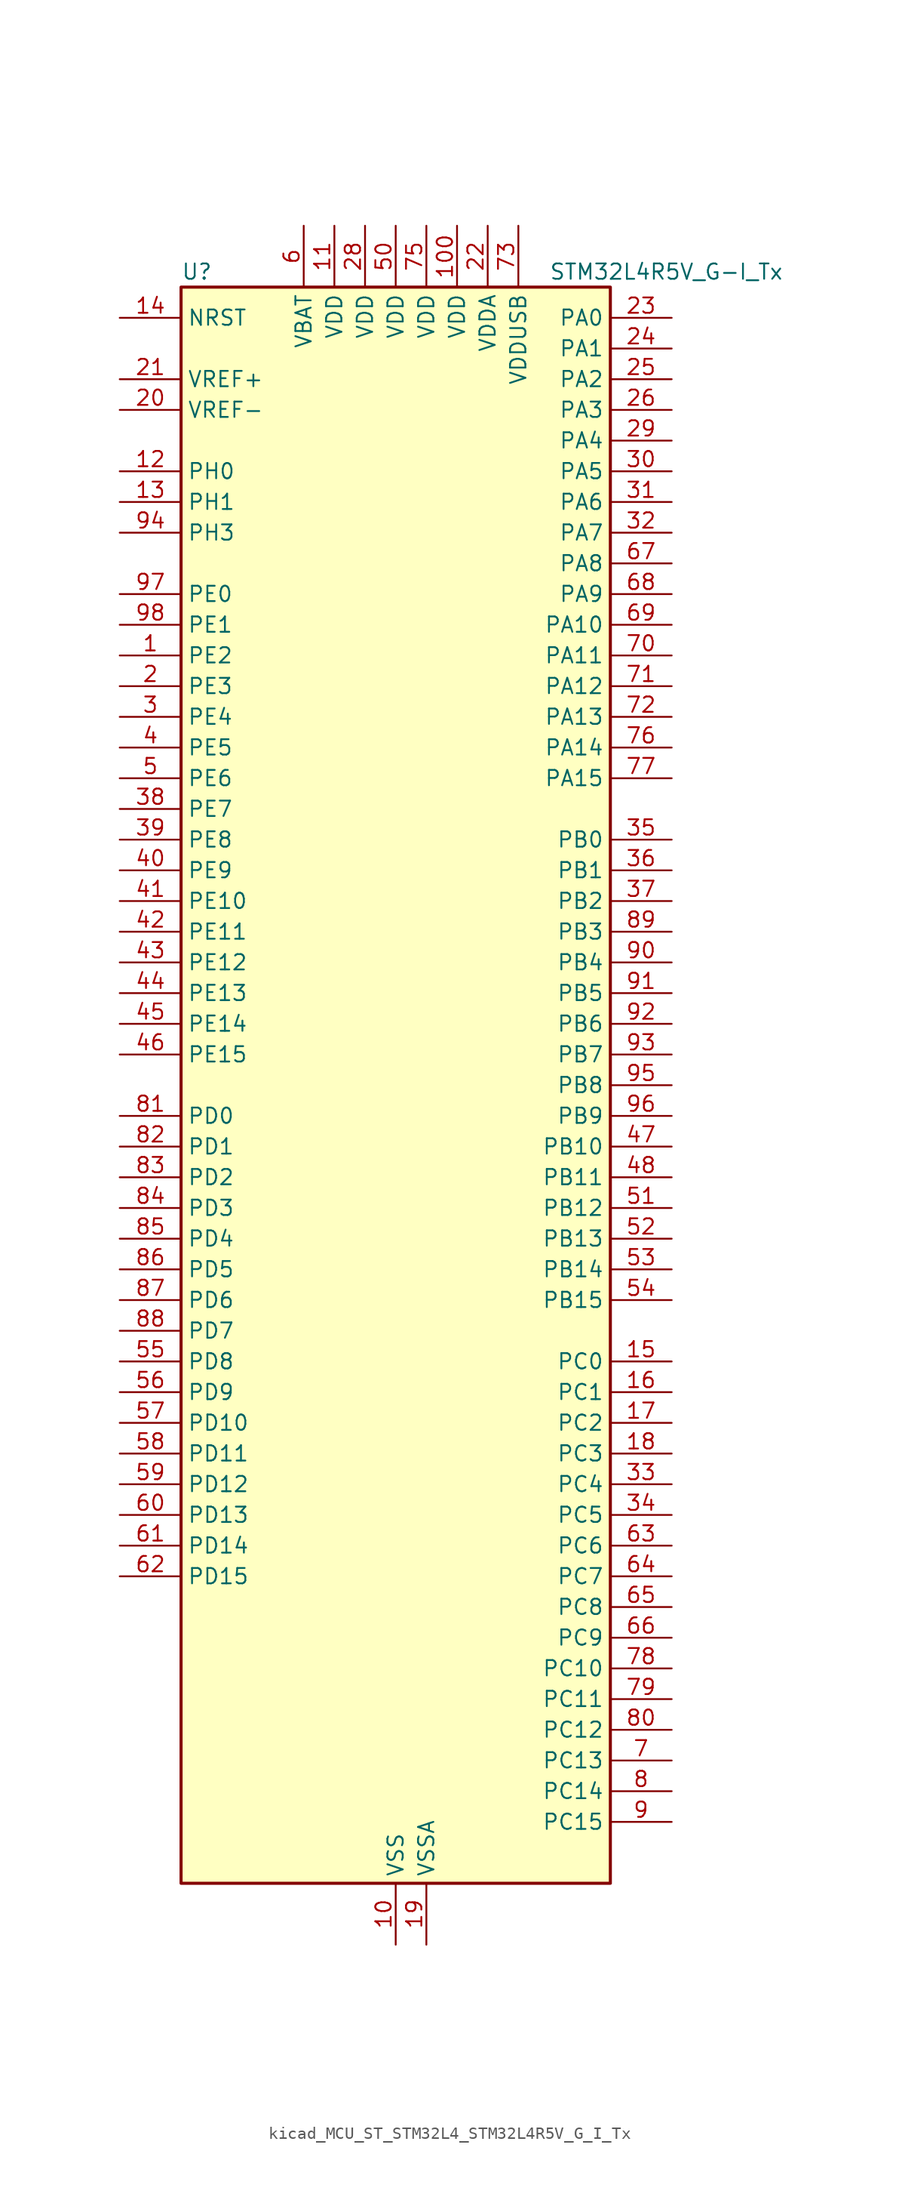
<source format=kicad_sym>
(kicad_symbol_lib
  (version 20220914)
  (generator kicad_symbol_editor)
  (symbol "kicad_MCU_ST_STM32L4_STM32L4R5V_G_I_Tx"
    (property "Reference" "U"
      (at -17.78 67.31 0)
      (effects (font (size 1.27 1.27)) (justify left)))
    (property "Value" "STM32L4R5V_G-I_Tx"
      (at 12.7 67.31 0)
      (effects (font (size 1.27 1.27)) (justify left)))
    (property "ki_locked" ""
      (at 0 0 0)
      (effects (font (size 1.27 1.27))))
    (symbol "kicad_MCU_ST_STM32L4_STM32L4R5V_G_I_Tx_0_1"
      (rectangle (start -17.78 -66.04) (end 17.78 66.04) (stroke (width 0.254) (type default)) (fill (type background))))
    (symbol "kicad_MCU_ST_STM32L4_STM32L4R5V_G_I_Tx_1_1"
      (pin bidirectional line (at -22.86 35.56 0) (length 5.08) (name "PE2" (effects (font (size 1.27 1.27)))) (number "1" (effects (font (size 1.27 1.27)))) (alternate "FMC_A23" bidirectional line) (alternate "SAI1_CK1" bidirectional line) (alternate "SAI1_MCLK_A" bidirectional line) (alternate "SYS_TRACECLK" bidirectional line) (alternate "TIM3_ETR" bidirectional line) (alternate "TSC_G7_IO1" bidirectional line))
      (pin power_in line (at 0 -71.12 90) (length 5.08) (name "VSS" (effects (font (size 1.27 1.27)))) (number "10" (effects (font (size 1.27 1.27)))))
      (pin power_in line (at 5.08 71.12 270) (length 5.08) (name "VDD" (effects (font (size 1.27 1.27)))) (number "100" (effects (font (size 1.27 1.27)))))
      (pin power_in line (at -5.08 71.12 270) (length 5.08) (name "VDD" (effects (font (size 1.27 1.27)))) (number "11" (effects (font (size 1.27 1.27)))))
      (pin bidirectional line (at -22.86 50.8 0) (length 5.08) (name "PH0" (effects (font (size 1.27 1.27)))) (number "12" (effects (font (size 1.27 1.27)))) (alternate "RCC_OSC_IN" bidirectional line))
      (pin bidirectional line (at -22.86 48.26 0) (length 5.08) (name "PH1" (effects (font (size 1.27 1.27)))) (number "13" (effects (font (size 1.27 1.27)))) (alternate "RCC_OSC_OUT" bidirectional line))
      (pin input line (at -22.86 63.5 0) (length 5.08) (name "NRST" (effects (font (size 1.27 1.27)))) (number "14" (effects (font (size 1.27 1.27)))))
      (pin bidirectional line (at 22.86 -22.86 180) (length 5.08) (name "PC0" (effects (font (size 1.27 1.27)))) (number "15" (effects (font (size 1.27 1.27)))) (alternate "ADC1_IN1" bidirectional line) (alternate "DFSDM1_DATIN4" bidirectional line) (alternate "I2C3_SCL" bidirectional line) (alternate "LPTIM1_IN1" bidirectional line) (alternate "LPTIM2_IN1" bidirectional line) (alternate "LPUART1_RX" bidirectional line) (alternate "SAI2_FS_A" bidirectional line))
      (pin bidirectional line (at 22.86 -25.4 180) (length 5.08) (name "PC1" (effects (font (size 1.27 1.27)))) (number "16" (effects (font (size 1.27 1.27)))) (alternate "ADC1_IN2" bidirectional line) (alternate "DFSDM1_CKIN4" bidirectional line) (alternate "I2C3_SDA" bidirectional line) (alternate "LPTIM1_OUT" bidirectional line) (alternate "LPUART1_TX" bidirectional line) (alternate "OCTOSPIM_P1_IO4" bidirectional line) (alternate "SAI1_SD_A" bidirectional line) (alternate "SPI2_MOSI" bidirectional line) (alternate "SYS_TRACED0" bidirectional line))
      (pin bidirectional line (at 22.86 -27.94 180) (length 5.08) (name "PC2" (effects (font (size 1.27 1.27)))) (number "17" (effects (font (size 1.27 1.27)))) (alternate "ADC1_IN3" bidirectional line) (alternate "DFSDM1_CKOUT" bidirectional line) (alternate "LPTIM1_IN2" bidirectional line) (alternate "OCTOSPIM_P1_IO5" bidirectional line) (alternate "SPI2_MISO" bidirectional line))
      (pin bidirectional line (at 22.86 -30.48 180) (length 5.08) (name "PC3" (effects (font (size 1.27 1.27)))) (number "18" (effects (font (size 1.27 1.27)))) (alternate "ADC1_IN4" bidirectional line) (alternate "LPTIM1_ETR" bidirectional line) (alternate "LPTIM2_ETR" bidirectional line) (alternate "OCTOSPIM_P1_IO6" bidirectional line) (alternate "SAI1_D1" bidirectional line) (alternate "SAI1_SD_A" bidirectional line) (alternate "SPI2_MOSI" bidirectional line))
      (pin power_in line (at 2.54 -71.12 90) (length 5.08) (name "VSSA" (effects (font (size 1.27 1.27)))) (number "19" (effects (font (size 1.27 1.27)))))
      (pin bidirectional line (at -22.86 33.02 0) (length 5.08) (name "PE3" (effects (font (size 1.27 1.27)))) (number "2" (effects (font (size 1.27 1.27)))) (alternate "FMC_A19" bidirectional line) (alternate "OCTOSPIM_P1_DQS" bidirectional line) (alternate "SAI1_SD_B" bidirectional line) (alternate "SYS_TRACED0" bidirectional line) (alternate "TIM3_CH1" bidirectional line) (alternate "TSC_G7_IO2" bidirectional line))
      (pin input line (at -22.86 55.88 0) (length 5.08) (name "VREF-" (effects (font (size 1.27 1.27)))) (number "20" (effects (font (size 1.27 1.27)))))
      (pin input line (at -22.86 58.42 0) (length 5.08) (name "VREF+" (effects (font (size 1.27 1.27)))) (number "21" (effects (font (size 1.27 1.27)))) (alternate "VREFBUF_OUT" bidirectional line))
      (pin power_in line (at 7.62 71.12 270) (length 5.08) (name "VDDA" (effects (font (size 1.27 1.27)))) (number "22" (effects (font (size 1.27 1.27)))))
      (pin bidirectional line (at 22.86 63.5 180) (length 5.08) (name "PA0" (effects (font (size 1.27 1.27)))) (number "23" (effects (font (size 1.27 1.27)))) (alternate "ADC1_IN5" bidirectional line) (alternate "OPAMP1_VINP" bidirectional line) (alternate "RTC_TAMP2" bidirectional line) (alternate "SAI1_EXTCLK" bidirectional line) (alternate "SYS_WKUP1" bidirectional line) (alternate "TIM2_CH1" bidirectional line) (alternate "TIM2_ETR" bidirectional line) (alternate "TIM5_CH1" bidirectional line) (alternate "TIM8_ETR" bidirectional line) (alternate "UART4_TX" bidirectional line) (alternate "USART2_CTS" bidirectional line) (alternate "USART2_NSS" bidirectional line))
      (pin bidirectional line (at 22.86 60.96 180) (length 5.08) (name "PA1" (effects (font (size 1.27 1.27)))) (number "24" (effects (font (size 1.27 1.27)))) (alternate "ADC1_IN6" bidirectional line) (alternate "I2C1_SMBA" bidirectional line) (alternate "OCTOSPIM_P1_DQS" bidirectional line) (alternate "OPAMP1_VINM" bidirectional line) (alternate "SPI1_SCK" bidirectional line) (alternate "TIM15_CH1N" bidirectional line) (alternate "TIM2_CH2" bidirectional line) (alternate "TIM5_CH2" bidirectional line) (alternate "UART4_RX" bidirectional line) (alternate "USART2_DE" bidirectional line) (alternate "USART2_RTS" bidirectional line))
      (pin bidirectional line (at 22.86 58.42 180) (length 5.08) (name "PA2" (effects (font (size 1.27 1.27)))) (number "25" (effects (font (size 1.27 1.27)))) (alternate "ADC1_IN7" bidirectional line) (alternate "LPUART1_TX" bidirectional line) (alternate "OCTOSPIM_P1_NCS" bidirectional line) (alternate "RCC_LSCO" bidirectional line) (alternate "SAI2_EXTCLK" bidirectional line) (alternate "SYS_WKUP4" bidirectional line) (alternate "TIM15_CH1" bidirectional line) (alternate "TIM2_CH3" bidirectional line) (alternate "TIM5_CH3" bidirectional line) (alternate "USART2_TX" bidirectional line))
      (pin bidirectional line (at 22.86 55.88 180) (length 5.08) (name "PA3" (effects (font (size 1.27 1.27)))) (number "26" (effects (font (size 1.27 1.27)))) (alternate "ADC1_IN8" bidirectional line) (alternate "LPUART1_RX" bidirectional line) (alternate "OCTOSPIM_P1_CLK" bidirectional line) (alternate "OPAMP1_VOUT" bidirectional line) (alternate "SAI1_CK1" bidirectional line) (alternate "SAI1_MCLK_A" bidirectional line) (alternate "TIM15_CH2" bidirectional line) (alternate "TIM2_CH4" bidirectional line) (alternate "TIM5_CH4" bidirectional line) (alternate "USART2_RX" bidirectional line))
      (pin passive line (at 0 -71.12 90) (length 5.08) hide (name "VSS" (effects (font (size 1.27 1.27)))) (number "27" (effects (font (size 1.27 1.27)))))
      (pin power_in line (at -2.54 71.12 270) (length 5.08) (name "VDD" (effects (font (size 1.27 1.27)))) (number "28" (effects (font (size 1.27 1.27)))))
      (pin bidirectional line (at 22.86 53.34 180) (length 5.08) (name "PA4" (effects (font (size 1.27 1.27)))) (number "29" (effects (font (size 1.27 1.27)))) (alternate "ADC1_IN9" bidirectional line) (alternate "DAC1_OUT1" bidirectional line) (alternate "DCMI_HSYNC" bidirectional line) (alternate "LPTIM2_OUT" bidirectional line) (alternate "OCTOSPIM_P1_NCS" bidirectional line) (alternate "SAI1_FS_B" bidirectional line) (alternate "SPI1_NSS" bidirectional line) (alternate "SPI3_NSS" bidirectional line) (alternate "USART2_CK" bidirectional line))
      (pin bidirectional line (at -22.86 30.48 0) (length 5.08) (name "PE4" (effects (font (size 1.27 1.27)))) (number "3" (effects (font (size 1.27 1.27)))) (alternate "DCMI_D4" bidirectional line) (alternate "DFSDM1_DATIN3" bidirectional line) (alternate "FMC_A20" bidirectional line) (alternate "SAI1_D2" bidirectional line) (alternate "SAI1_FS_A" bidirectional line) (alternate "SYS_TRACED1" bidirectional line) (alternate "TIM3_CH2" bidirectional line) (alternate "TSC_G7_IO3" bidirectional line))
      (pin bidirectional line (at 22.86 50.8 180) (length 5.08) (name "PA5" (effects (font (size 1.27 1.27)))) (number "30" (effects (font (size 1.27 1.27)))) (alternate "ADC1_IN10" bidirectional line) (alternate "DAC1_OUT2" bidirectional line) (alternate "LPTIM2_ETR" bidirectional line) (alternate "SPI1_SCK" bidirectional line) (alternate "TIM2_CH1" bidirectional line) (alternate "TIM2_ETR" bidirectional line) (alternate "TIM8_CH1N" bidirectional line))
      (pin bidirectional line (at 22.86 48.26 180) (length 5.08) (name "PA6" (effects (font (size 1.27 1.27)))) (number "31" (effects (font (size 1.27 1.27)))) (alternate "ADC1_IN11" bidirectional line) (alternate "DCMI_PIXCLK" bidirectional line) (alternate "LPUART1_CTS" bidirectional line) (alternate "OCTOSPIM_P1_IO3" bidirectional line) (alternate "OPAMP2_VINP" bidirectional line) (alternate "SPI1_MISO" bidirectional line) (alternate "TIM16_CH1" bidirectional line) (alternate "TIM1_BKIN" bidirectional line) (alternate "TIM3_CH1" bidirectional line) (alternate "TIM8_BKIN" bidirectional line) (alternate "USART3_CTS" bidirectional line) (alternate "USART3_NSS" bidirectional line))
      (pin bidirectional line (at 22.86 45.72 180) (length 5.08) (name "PA7" (effects (font (size 1.27 1.27)))) (number "32" (effects (font (size 1.27 1.27)))) (alternate "ADC1_IN12" bidirectional line) (alternate "I2C3_SCL" bidirectional line) (alternate "OCTOSPIM_P1_IO2" bidirectional line) (alternate "OPAMP2_VINM" bidirectional line) (alternate "SPI1_MOSI" bidirectional line) (alternate "TIM17_CH1" bidirectional line) (alternate "TIM1_CH1N" bidirectional line) (alternate "TIM3_CH2" bidirectional line) (alternate "TIM8_CH1N" bidirectional line))
      (pin bidirectional line (at 22.86 -33.02 180) (length 5.08) (name "PC4" (effects (font (size 1.27 1.27)))) (number "33" (effects (font (size 1.27 1.27)))) (alternate "ADC1_IN13" bidirectional line) (alternate "COMP1_INM" bidirectional line) (alternate "OCTOSPIM_P1_IO7" bidirectional line) (alternate "USART3_TX" bidirectional line))
      (pin bidirectional line (at 22.86 -35.56 180) (length 5.08) (name "PC5" (effects (font (size 1.27 1.27)))) (number "34" (effects (font (size 1.27 1.27)))) (alternate "ADC1_IN14" bidirectional line) (alternate "COMP1_INP" bidirectional line) (alternate "SAI1_D3" bidirectional line) (alternate "SYS_WKUP5" bidirectional line) (alternate "USART3_RX" bidirectional line))
      (pin bidirectional line (at 22.86 20.32 180) (length 5.08) (name "PB0" (effects (font (size 1.27 1.27)))) (number "35" (effects (font (size 1.27 1.27)))) (alternate "ADC1_IN15" bidirectional line) (alternate "COMP1_OUT" bidirectional line) (alternate "OCTOSPIM_P1_IO1" bidirectional line) (alternate "OPAMP2_VOUT" bidirectional line) (alternate "SAI1_EXTCLK" bidirectional line) (alternate "SPI1_NSS" bidirectional line) (alternate "TIM1_CH2N" bidirectional line) (alternate "TIM3_CH3" bidirectional line) (alternate "TIM8_CH2N" bidirectional line) (alternate "USART3_CK" bidirectional line))
      (pin bidirectional line (at 22.86 17.78 180) (length 5.08) (name "PB1" (effects (font (size 1.27 1.27)))) (number "36" (effects (font (size 1.27 1.27)))) (alternate "ADC1_IN16" bidirectional line) (alternate "COMP1_INM" bidirectional line) (alternate "DFSDM1_DATIN0" bidirectional line) (alternate "LPTIM2_IN1" bidirectional line) (alternate "LPUART1_DE" bidirectional line) (alternate "LPUART1_RTS" bidirectional line) (alternate "OCTOSPIM_P1_IO0" bidirectional line) (alternate "TIM1_CH3N" bidirectional line) (alternate "TIM3_CH4" bidirectional line) (alternate "TIM8_CH3N" bidirectional line) (alternate "USART3_DE" bidirectional line) (alternate "USART3_RTS" bidirectional line))
      (pin bidirectional line (at 22.86 15.24 180) (length 5.08) (name "PB2" (effects (font (size 1.27 1.27)))) (number "37" (effects (font (size 1.27 1.27)))) (alternate "COMP1_INP" bidirectional line) (alternate "DFSDM1_CKIN0" bidirectional line) (alternate "I2C3_SMBA" bidirectional line) (alternate "LPTIM1_OUT" bidirectional line) (alternate "OCTOSPIM_P1_DQS" bidirectional line) (alternate "RTC_OUT_ALARM" bidirectional line) (alternate "RTC_OUT_CALIB" bidirectional line))
      (pin bidirectional line (at -22.86 22.86 0) (length 5.08) (name "PE7" (effects (font (size 1.27 1.27)))) (number "38" (effects (font (size 1.27 1.27)))) (alternate "DFSDM1_DATIN2" bidirectional line) (alternate "FMC_D4" bidirectional line) (alternate "FMC_DA4" bidirectional line) (alternate "SAI1_SD_B" bidirectional line) (alternate "TIM1_ETR" bidirectional line))
      (pin bidirectional line (at -22.86 20.32 0) (length 5.08) (name "PE8" (effects (font (size 1.27 1.27)))) (number "39" (effects (font (size 1.27 1.27)))) (alternate "DFSDM1_CKIN2" bidirectional line) (alternate "FMC_D5" bidirectional line) (alternate "FMC_DA5" bidirectional line) (alternate "SAI1_SCK_B" bidirectional line) (alternate "TIM1_CH1N" bidirectional line))
      (pin bidirectional line (at -22.86 27.94 0) (length 5.08) (name "PE5" (effects (font (size 1.27 1.27)))) (number "4" (effects (font (size 1.27 1.27)))) (alternate "DCMI_D6" bidirectional line) (alternate "DFSDM1_CKIN3" bidirectional line) (alternate "FMC_A21" bidirectional line) (alternate "SAI1_CK2" bidirectional line) (alternate "SAI1_SCK_A" bidirectional line) (alternate "SYS_TRACED2" bidirectional line) (alternate "TIM3_CH3" bidirectional line) (alternate "TSC_G7_IO4" bidirectional line))
      (pin bidirectional line (at -22.86 17.78 0) (length 5.08) (name "PE9" (effects (font (size 1.27 1.27)))) (number "40" (effects (font (size 1.27 1.27)))) (alternate "DAC1_EXTI9" bidirectional line) (alternate "DFSDM1_CKOUT" bidirectional line) (alternate "FMC_D6" bidirectional line) (alternate "FMC_DA6" bidirectional line) (alternate "SAI1_FS_B" bidirectional line) (alternate "TIM1_CH1" bidirectional line))
      (pin bidirectional line (at -22.86 15.24 0) (length 5.08) (name "PE10" (effects (font (size 1.27 1.27)))) (number "41" (effects (font (size 1.27 1.27)))) (alternate "DFSDM1_DATIN4" bidirectional line) (alternate "FMC_D7" bidirectional line) (alternate "FMC_DA7" bidirectional line) (alternate "OCTOSPIM_P1_CLK" bidirectional line) (alternate "SAI1_MCLK_B" bidirectional line) (alternate "TIM1_CH2N" bidirectional line) (alternate "TSC_G5_IO1" bidirectional line))
      (pin bidirectional line (at -22.86 12.7 0) (length 5.08) (name "PE11" (effects (font (size 1.27 1.27)))) (number "42" (effects (font (size 1.27 1.27)))) (alternate "ADC1_EXTI11" bidirectional line) (alternate "DFSDM1_CKIN4" bidirectional line) (alternate "FMC_D8" bidirectional line) (alternate "FMC_DA8" bidirectional line) (alternate "OCTOSPIM_P1_NCS" bidirectional line) (alternate "TIM1_CH2" bidirectional line) (alternate "TSC_G5_IO2" bidirectional line))
      (pin bidirectional line (at -22.86 10.16 0) (length 5.08) (name "PE12" (effects (font (size 1.27 1.27)))) (number "43" (effects (font (size 1.27 1.27)))) (alternate "DFSDM1_DATIN5" bidirectional line) (alternate "FMC_D9" bidirectional line) (alternate "FMC_DA9" bidirectional line) (alternate "OCTOSPIM_P1_IO0" bidirectional line) (alternate "SPI1_NSS" bidirectional line) (alternate "TIM1_CH3N" bidirectional line) (alternate "TSC_G5_IO3" bidirectional line))
      (pin bidirectional line (at -22.86 7.62 0) (length 5.08) (name "PE13" (effects (font (size 1.27 1.27)))) (number "44" (effects (font (size 1.27 1.27)))) (alternate "DFSDM1_CKIN5" bidirectional line) (alternate "FMC_D10" bidirectional line) (alternate "FMC_DA10" bidirectional line) (alternate "OCTOSPIM_P1_IO1" bidirectional line) (alternate "SPI1_SCK" bidirectional line) (alternate "TIM1_CH3" bidirectional line) (alternate "TSC_G5_IO4" bidirectional line))
      (pin bidirectional line (at -22.86 5.08 0) (length 5.08) (name "PE14" (effects (font (size 1.27 1.27)))) (number "45" (effects (font (size 1.27 1.27)))) (alternate "FMC_D11" bidirectional line) (alternate "FMC_DA11" bidirectional line) (alternate "OCTOSPIM_P1_IO2" bidirectional line) (alternate "SPI1_MISO" bidirectional line) (alternate "TIM1_BKIN2" bidirectional line) (alternate "TIM1_CH4" bidirectional line))
      (pin bidirectional line (at -22.86 2.54 0) (length 5.08) (name "PE15" (effects (font (size 1.27 1.27)))) (number "46" (effects (font (size 1.27 1.27)))) (alternate "ADC1_EXTI15" bidirectional line) (alternate "FMC_D12" bidirectional line) (alternate "FMC_DA12" bidirectional line) (alternate "OCTOSPIM_P1_IO3" bidirectional line) (alternate "SPI1_MOSI" bidirectional line) (alternate "TIM1_BKIN" bidirectional line))
      (pin bidirectional line (at 22.86 -5.08 180) (length 5.08) (name "PB10" (effects (font (size 1.27 1.27)))) (number "47" (effects (font (size 1.27 1.27)))) (alternate "COMP1_OUT" bidirectional line) (alternate "DFSDM1_DATIN7" bidirectional line) (alternate "I2C2_SCL" bidirectional line) (alternate "I2C4_SCL" bidirectional line) (alternate "LPUART1_RX" bidirectional line) (alternate "OCTOSPIM_P1_CLK" bidirectional line) (alternate "SAI1_SCK_A" bidirectional line) (alternate "SPI2_SCK" bidirectional line) (alternate "TIM2_CH3" bidirectional line) (alternate "TSC_SYNC" bidirectional line) (alternate "USART3_TX" bidirectional line))
      (pin bidirectional line (at 22.86 -7.62 180) (length 5.08) (name "PB11" (effects (font (size 1.27 1.27)))) (number "48" (effects (font (size 1.27 1.27)))) (alternate "ADC1_EXTI11" bidirectional line) (alternate "COMP2_OUT" bidirectional line) (alternate "DFSDM1_CKIN7" bidirectional line) (alternate "I2C2_SDA" bidirectional line) (alternate "I2C4_SDA" bidirectional line) (alternate "LPUART1_TX" bidirectional line) (alternate "OCTOSPIM_P1_NCS" bidirectional line) (alternate "TIM2_CH4" bidirectional line) (alternate "USART3_RX" bidirectional line))
      (pin passive line (at 0 -71.12 90) (length 5.08) hide (name "VSS" (effects (font (size 1.27 1.27)))) (number "49" (effects (font (size 1.27 1.27)))))
      (pin bidirectional line (at -22.86 25.4 0) (length 5.08) (name "PE6" (effects (font (size 1.27 1.27)))) (number "5" (effects (font (size 1.27 1.27)))) (alternate "DCMI_D7" bidirectional line) (alternate "FMC_A22" bidirectional line) (alternate "RTC_TAMP3" bidirectional line) (alternate "SAI1_D1" bidirectional line) (alternate "SAI1_SD_A" bidirectional line) (alternate "SYS_TRACED3" bidirectional line) (alternate "SYS_WKUP3" bidirectional line) (alternate "TIM3_CH4" bidirectional line))
      (pin power_in line (at 0 71.12 270) (length 5.08) (name "VDD" (effects (font (size 1.27 1.27)))) (number "50" (effects (font (size 1.27 1.27)))))
      (pin bidirectional line (at 22.86 -10.16 180) (length 5.08) (name "PB12" (effects (font (size 1.27 1.27)))) (number "51" (effects (font (size 1.27 1.27)))) (alternate "DFSDM1_DATIN1" bidirectional line) (alternate "I2C2_SMBA" bidirectional line) (alternate "LPUART1_DE" bidirectional line) (alternate "LPUART1_RTS" bidirectional line) (alternate "SAI2_FS_A" bidirectional line) (alternate "SPI2_NSS" bidirectional line) (alternate "TIM15_BKIN" bidirectional line) (alternate "TIM1_BKIN" bidirectional line) (alternate "TSC_G1_IO1" bidirectional line) (alternate "USART3_CK" bidirectional line))
      (pin bidirectional line (at 22.86 -12.7 180) (length 5.08) (name "PB13" (effects (font (size 1.27 1.27)))) (number "52" (effects (font (size 1.27 1.27)))) (alternate "DFSDM1_CKIN1" bidirectional line) (alternate "I2C2_SCL" bidirectional line) (alternate "LPUART1_CTS" bidirectional line) (alternate "SAI2_SCK_A" bidirectional line) (alternate "SPI2_SCK" bidirectional line) (alternate "TIM15_CH1N" bidirectional line) (alternate "TIM1_CH1N" bidirectional line) (alternate "TSC_G1_IO2" bidirectional line) (alternate "USART3_CTS" bidirectional line) (alternate "USART3_NSS" bidirectional line))
      (pin bidirectional line (at 22.86 -15.24 180) (length 5.08) (name "PB14" (effects (font (size 1.27 1.27)))) (number "53" (effects (font (size 1.27 1.27)))) (alternate "DFSDM1_DATIN2" bidirectional line) (alternate "I2C2_SDA" bidirectional line) (alternate "SAI2_MCLK_A" bidirectional line) (alternate "SPI2_MISO" bidirectional line) (alternate "TIM15_CH1" bidirectional line) (alternate "TIM1_CH2N" bidirectional line) (alternate "TIM8_CH2N" bidirectional line) (alternate "TSC_G1_IO3" bidirectional line) (alternate "USART3_DE" bidirectional line) (alternate "USART3_RTS" bidirectional line))
      (pin bidirectional line (at 22.86 -17.78 180) (length 5.08) (name "PB15" (effects (font (size 1.27 1.27)))) (number "54" (effects (font (size 1.27 1.27)))) (alternate "ADC1_EXTI15" bidirectional line) (alternate "DFSDM1_CKIN2" bidirectional line) (alternate "RTC_REFIN" bidirectional line) (alternate "SAI2_SD_A" bidirectional line) (alternate "SPI2_MOSI" bidirectional line) (alternate "TIM15_CH2" bidirectional line) (alternate "TIM1_CH3N" bidirectional line) (alternate "TIM8_CH3N" bidirectional line) (alternate "TSC_G1_IO4" bidirectional line))
      (pin bidirectional line (at -22.86 -22.86 0) (length 5.08) (name "PD8" (effects (font (size 1.27 1.27)))) (number "55" (effects (font (size 1.27 1.27)))) (alternate "DCMI_HSYNC" bidirectional line) (alternate "FMC_D13" bidirectional line) (alternate "FMC_DA13" bidirectional line) (alternate "USART3_TX" bidirectional line))
      (pin bidirectional line (at -22.86 -25.4 0) (length 5.08) (name "PD9" (effects (font (size 1.27 1.27)))) (number "56" (effects (font (size 1.27 1.27)))) (alternate "DAC1_EXTI9" bidirectional line) (alternate "DCMI_PIXCLK" bidirectional line) (alternate "FMC_D14" bidirectional line) (alternate "FMC_DA14" bidirectional line) (alternate "SAI2_MCLK_A" bidirectional line) (alternate "USART3_RX" bidirectional line))
      (pin bidirectional line (at -22.86 -27.94 0) (length 5.08) (name "PD10" (effects (font (size 1.27 1.27)))) (number "57" (effects (font (size 1.27 1.27)))) (alternate "FMC_D15" bidirectional line) (alternate "FMC_DA15" bidirectional line) (alternate "SAI2_SCK_A" bidirectional line) (alternate "TSC_G6_IO1" bidirectional line) (alternate "USART3_CK" bidirectional line))
      (pin bidirectional line (at -22.86 -30.48 0) (length 5.08) (name "PD11" (effects (font (size 1.27 1.27)))) (number "58" (effects (font (size 1.27 1.27)))) (alternate "ADC1_EXTI11" bidirectional line) (alternate "FMC_A16" bidirectional line) (alternate "FMC_CLE" bidirectional line) (alternate "I2C4_SMBA" bidirectional line) (alternate "LPTIM2_ETR" bidirectional line) (alternate "SAI2_SD_A" bidirectional line) (alternate "TSC_G6_IO2" bidirectional line) (alternate "USART3_CTS" bidirectional line) (alternate "USART3_NSS" bidirectional line))
      (pin bidirectional line (at -22.86 -33.02 0) (length 5.08) (name "PD12" (effects (font (size 1.27 1.27)))) (number "59" (effects (font (size 1.27 1.27)))) (alternate "FMC_A17" bidirectional line) (alternate "FMC_ALE" bidirectional line) (alternate "I2C4_SCL" bidirectional line) (alternate "LPTIM2_IN1" bidirectional line) (alternate "SAI2_FS_A" bidirectional line) (alternate "TIM4_CH1" bidirectional line) (alternate "TSC_G6_IO3" bidirectional line) (alternate "USART3_DE" bidirectional line) (alternate "USART3_RTS" bidirectional line))
      (pin power_in line (at -7.62 71.12 270) (length 5.08) (name "VBAT" (effects (font (size 1.27 1.27)))) (number "6" (effects (font (size 1.27 1.27)))))
      (pin bidirectional line (at -22.86 -35.56 0) (length 5.08) (name "PD13" (effects (font (size 1.27 1.27)))) (number "60" (effects (font (size 1.27 1.27)))) (alternate "FMC_A18" bidirectional line) (alternate "I2C4_SDA" bidirectional line) (alternate "LPTIM2_OUT" bidirectional line) (alternate "TIM4_CH2" bidirectional line) (alternate "TSC_G6_IO4" bidirectional line))
      (pin bidirectional line (at -22.86 -38.1 0) (length 5.08) (name "PD14" (effects (font (size 1.27 1.27)))) (number "61" (effects (font (size 1.27 1.27)))) (alternate "FMC_D0" bidirectional line) (alternate "FMC_DA0" bidirectional line) (alternate "TIM4_CH3" bidirectional line))
      (pin bidirectional line (at -22.86 -40.64 0) (length 5.08) (name "PD15" (effects (font (size 1.27 1.27)))) (number "62" (effects (font (size 1.27 1.27)))) (alternate "ADC1_EXTI15" bidirectional line) (alternate "FMC_D1" bidirectional line) (alternate "FMC_DA1" bidirectional line) (alternate "TIM4_CH4" bidirectional line))
      (pin bidirectional line (at 22.86 -38.1 180) (length 5.08) (name "PC6" (effects (font (size 1.27 1.27)))) (number "63" (effects (font (size 1.27 1.27)))) (alternate "DCMI_D0" bidirectional line) (alternate "DFSDM1_CKIN3" bidirectional line) (alternate "SAI2_MCLK_A" bidirectional line) (alternate "SDMMC1_D0DIR" bidirectional line) (alternate "SDMMC1_D6" bidirectional line) (alternate "TIM3_CH1" bidirectional line) (alternate "TIM8_CH1" bidirectional line) (alternate "TSC_G4_IO1" bidirectional line))
      (pin bidirectional line (at 22.86 -40.64 180) (length 5.08) (name "PC7" (effects (font (size 1.27 1.27)))) (number "64" (effects (font (size 1.27 1.27)))) (alternate "DCMI_D1" bidirectional line) (alternate "DFSDM1_DATIN3" bidirectional line) (alternate "SAI2_MCLK_B" bidirectional line) (alternate "SDMMC1_D123DIR" bidirectional line) (alternate "SDMMC1_D7" bidirectional line) (alternate "TIM3_CH2" bidirectional line) (alternate "TIM8_CH2" bidirectional line) (alternate "TSC_G4_IO2" bidirectional line))
      (pin bidirectional line (at 22.86 -43.18 180) (length 5.08) (name "PC8" (effects (font (size 1.27 1.27)))) (number "65" (effects (font (size 1.27 1.27)))) (alternate "DCMI_D2" bidirectional line) (alternate "SDMMC1_D0" bidirectional line) (alternate "TIM3_CH3" bidirectional line) (alternate "TIM8_CH3" bidirectional line) (alternate "TSC_G4_IO3" bidirectional line))
      (pin bidirectional line (at 22.86 -45.72 180) (length 5.08) (name "PC9" (effects (font (size 1.27 1.27)))) (number "66" (effects (font (size 1.27 1.27)))) (alternate "DAC1_EXTI9" bidirectional line) (alternate "DCMI_D3" bidirectional line) (alternate "I2C3_SDA" bidirectional line) (alternate "SAI2_EXTCLK" bidirectional line) (alternate "SDMMC1_D1" bidirectional line) (alternate "SYS_TRACED0" bidirectional line) (alternate "TIM3_CH4" bidirectional line) (alternate "TIM8_BKIN2" bidirectional line) (alternate "TIM8_CH4" bidirectional line) (alternate "TSC_G4_IO4" bidirectional line) (alternate "USB_OTG_FS_NOE" bidirectional line))
      (pin bidirectional line (at 22.86 43.18 180) (length 5.08) (name "PA8" (effects (font (size 1.27 1.27)))) (number "67" (effects (font (size 1.27 1.27)))) (alternate "LPTIM2_OUT" bidirectional line) (alternate "RCC_MCO" bidirectional line) (alternate "SAI1_CK2" bidirectional line) (alternate "SAI1_SCK_A" bidirectional line) (alternate "TIM1_CH1" bidirectional line) (alternate "USART1_CK" bidirectional line) (alternate "USB_OTG_FS_SOF" bidirectional line))
      (pin bidirectional line (at 22.86 40.64 180) (length 5.08) (name "PA9" (effects (font (size 1.27 1.27)))) (number "68" (effects (font (size 1.27 1.27)))) (alternate "DAC1_EXTI9" bidirectional line) (alternate "DCMI_D0" bidirectional line) (alternate "SAI1_FS_A" bidirectional line) (alternate "SPI2_SCK" bidirectional line) (alternate "TIM15_BKIN" bidirectional line) (alternate "TIM1_CH2" bidirectional line) (alternate "USART1_TX" bidirectional line) (alternate "USB_OTG_FS_VBUS" bidirectional line))
      (pin bidirectional line (at 22.86 38.1 180) (length 5.08) (name "PA10" (effects (font (size 1.27 1.27)))) (number "69" (effects (font (size 1.27 1.27)))) (alternate "DCMI_D1" bidirectional line) (alternate "SAI1_D1" bidirectional line) (alternate "SAI1_SD_A" bidirectional line) (alternate "TIM17_BKIN" bidirectional line) (alternate "TIM1_CH3" bidirectional line) (alternate "USART1_RX" bidirectional line) (alternate "USB_OTG_FS_ID" bidirectional line))
      (pin bidirectional line (at 22.86 -55.88 180) (length 5.08) (name "PC13" (effects (font (size 1.27 1.27)))) (number "7" (effects (font (size 1.27 1.27)))) (alternate "RTC_OUT_ALARM" bidirectional line) (alternate "RTC_OUT_CALIB" bidirectional line) (alternate "RTC_TAMP1" bidirectional line) (alternate "RTC_TS" bidirectional line) (alternate "SYS_WKUP2" bidirectional line))
      (pin bidirectional line (at 22.86 35.56 180) (length 5.08) (name "PA11" (effects (font (size 1.27 1.27)))) (number "70" (effects (font (size 1.27 1.27)))) (alternate "ADC1_EXTI11" bidirectional line) (alternate "CAN1_RX" bidirectional line) (alternate "SPI1_MISO" bidirectional line) (alternate "TIM1_BKIN2" bidirectional line) (alternate "TIM1_CH4" bidirectional line) (alternate "USART1_CTS" bidirectional line) (alternate "USART1_NSS" bidirectional line) (alternate "USB_OTG_FS_DM" bidirectional line))
      (pin bidirectional line (at 22.86 33.02 180) (length 5.08) (name "PA12" (effects (font (size 1.27 1.27)))) (number "71" (effects (font (size 1.27 1.27)))) (alternate "CAN1_TX" bidirectional line) (alternate "SPI1_MOSI" bidirectional line) (alternate "TIM1_ETR" bidirectional line) (alternate "USART1_DE" bidirectional line) (alternate "USART1_RTS" bidirectional line) (alternate "USB_OTG_FS_DP" bidirectional line))
      (pin bidirectional line (at 22.86 30.48 180) (length 5.08) (name "PA13" (effects (font (size 1.27 1.27)))) (number "72" (effects (font (size 1.27 1.27)))) (alternate "IR_OUT" bidirectional line) (alternate "SAI1_SD_B" bidirectional line) (alternate "SYS_JTMS-SWDIO" bidirectional line) (alternate "USB_OTG_FS_NOE" bidirectional line))
      (pin power_in line (at 10.16 71.12 270) (length 5.08) (name "VDDUSB" (effects (font (size 1.27 1.27)))) (number "73" (effects (font (size 1.27 1.27)))))
      (pin passive line (at 0 -71.12 90) (length 5.08) hide (name "VSS" (effects (font (size 1.27 1.27)))) (number "74" (effects (font (size 1.27 1.27)))))
      (pin power_in line (at 2.54 71.12 270) (length 5.08) (name "VDD" (effects (font (size 1.27 1.27)))) (number "75" (effects (font (size 1.27 1.27)))))
      (pin bidirectional line (at 22.86 27.94 180) (length 5.08) (name "PA14" (effects (font (size 1.27 1.27)))) (number "76" (effects (font (size 1.27 1.27)))) (alternate "I2C1_SMBA" bidirectional line) (alternate "I2C4_SMBA" bidirectional line) (alternate "LPTIM1_OUT" bidirectional line) (alternate "SAI1_FS_B" bidirectional line) (alternate "SYS_JTCK-SWCLK" bidirectional line) (alternate "USB_OTG_FS_SOF" bidirectional line))
      (pin bidirectional line (at 22.86 25.4 180) (length 5.08) (name "PA15" (effects (font (size 1.27 1.27)))) (number "77" (effects (font (size 1.27 1.27)))) (alternate "ADC1_EXTI15" bidirectional line) (alternate "SAI2_FS_B" bidirectional line) (alternate "SPI1_NSS" bidirectional line) (alternate "SPI3_NSS" bidirectional line) (alternate "SYS_JTDI" bidirectional line) (alternate "TIM2_CH1" bidirectional line) (alternate "TIM2_ETR" bidirectional line) (alternate "TSC_G3_IO1" bidirectional line) (alternate "UART4_DE" bidirectional line) (alternate "UART4_RTS" bidirectional line) (alternate "USART2_RX" bidirectional line) (alternate "USART3_DE" bidirectional line) (alternate "USART3_RTS" bidirectional line))
      (pin bidirectional line (at 22.86 -48.26 180) (length 5.08) (name "PC10" (effects (font (size 1.27 1.27)))) (number "78" (effects (font (size 1.27 1.27)))) (alternate "DCMI_D8" bidirectional line) (alternate "SAI2_SCK_B" bidirectional line) (alternate "SDMMC1_D2" bidirectional line) (alternate "SPI3_SCK" bidirectional line) (alternate "SYS_TRACED1" bidirectional line) (alternate "TSC_G3_IO2" bidirectional line) (alternate "UART4_TX" bidirectional line) (alternate "USART3_TX" bidirectional line))
      (pin bidirectional line (at 22.86 -50.8 180) (length 5.08) (name "PC11" (effects (font (size 1.27 1.27)))) (number "79" (effects (font (size 1.27 1.27)))) (alternate "ADC1_EXTI11" bidirectional line) (alternate "DCMI_D2" bidirectional line) (alternate "DCMI_D4" bidirectional line) (alternate "OCTOSPIM_P1_NCS" bidirectional line) (alternate "SAI2_MCLK_B" bidirectional line) (alternate "SDMMC1_D3" bidirectional line) (alternate "SPI3_MISO" bidirectional line) (alternate "TSC_G3_IO3" bidirectional line) (alternate "UART4_RX" bidirectional line) (alternate "USART3_RX" bidirectional line))
      (pin bidirectional line (at 22.86 -58.42 180) (length 5.08) (name "PC14" (effects (font (size 1.27 1.27)))) (number "8" (effects (font (size 1.27 1.27)))) (alternate "RCC_OSC32_IN" bidirectional line))
      (pin bidirectional line (at 22.86 -53.34 180) (length 5.08) (name "PC12" (effects (font (size 1.27 1.27)))) (number "80" (effects (font (size 1.27 1.27)))) (alternate "DCMI_D9" bidirectional line) (alternate "SAI2_SD_B" bidirectional line) (alternate "SDMMC1_CK" bidirectional line) (alternate "SPI3_MOSI" bidirectional line) (alternate "SYS_TRACED3" bidirectional line) (alternate "TSC_G3_IO4" bidirectional line) (alternate "UART5_TX" bidirectional line) (alternate "USART3_CK" bidirectional line))
      (pin bidirectional line (at -22.86 -2.54 0) (length 5.08) (name "PD0" (effects (font (size 1.27 1.27)))) (number "81" (effects (font (size 1.27 1.27)))) (alternate "CAN1_RX" bidirectional line) (alternate "DFSDM1_DATIN7" bidirectional line) (alternate "FMC_D2" bidirectional line) (alternate "FMC_DA2" bidirectional line) (alternate "SPI2_NSS" bidirectional line))
      (pin bidirectional line (at -22.86 -5.08 0) (length 5.08) (name "PD1" (effects (font (size 1.27 1.27)))) (number "82" (effects (font (size 1.27 1.27)))) (alternate "CAN1_TX" bidirectional line) (alternate "DFSDM1_CKIN7" bidirectional line) (alternate "FMC_D3" bidirectional line) (alternate "FMC_DA3" bidirectional line) (alternate "SPI2_SCK" bidirectional line))
      (pin bidirectional line (at -22.86 -7.62 0) (length 5.08) (name "PD2" (effects (font (size 1.27 1.27)))) (number "83" (effects (font (size 1.27 1.27)))) (alternate "DCMI_D11" bidirectional line) (alternate "SDMMC1_CMD" bidirectional line) (alternate "SYS_TRACED2" bidirectional line) (alternate "TIM3_ETR" bidirectional line) (alternate "TSC_SYNC" bidirectional line) (alternate "UART5_RX" bidirectional line) (alternate "USART3_DE" bidirectional line) (alternate "USART3_RTS" bidirectional line))
      (pin bidirectional line (at -22.86 -10.16 0) (length 5.08) (name "PD3" (effects (font (size 1.27 1.27)))) (number "84" (effects (font (size 1.27 1.27)))) (alternate "DCMI_D5" bidirectional line) (alternate "DFSDM1_DATIN0" bidirectional line) (alternate "FMC_CLK" bidirectional line) (alternate "OCTOSPIM_P2_NCS" bidirectional line) (alternate "SPI2_MISO" bidirectional line) (alternate "SPI2_SCK" bidirectional line) (alternate "USART2_CTS" bidirectional line) (alternate "USART2_NSS" bidirectional line))
      (pin bidirectional line (at -22.86 -12.7 0) (length 5.08) (name "PD4" (effects (font (size 1.27 1.27)))) (number "85" (effects (font (size 1.27 1.27)))) (alternate "DFSDM1_CKIN0" bidirectional line) (alternate "FMC_NOE" bidirectional line) (alternate "OCTOSPIM_P1_IO4" bidirectional line) (alternate "SPI2_MOSI" bidirectional line) (alternate "USART2_DE" bidirectional line) (alternate "USART2_RTS" bidirectional line))
      (pin bidirectional line (at -22.86 -15.24 0) (length 5.08) (name "PD5" (effects (font (size 1.27 1.27)))) (number "86" (effects (font (size 1.27 1.27)))) (alternate "FMC_NWE" bidirectional line) (alternate "OCTOSPIM_P1_IO5" bidirectional line) (alternate "USART2_TX" bidirectional line))
      (pin bidirectional line (at -22.86 -17.78 0) (length 5.08) (name "PD6" (effects (font (size 1.27 1.27)))) (number "87" (effects (font (size 1.27 1.27)))) (alternate "DCMI_D10" bidirectional line) (alternate "DFSDM1_DATIN1" bidirectional line) (alternate "FMC_NWAIT" bidirectional line) (alternate "OCTOSPIM_P1_IO6" bidirectional line) (alternate "SAI1_D1" bidirectional line) (alternate "SAI1_SD_A" bidirectional line) (alternate "SPI3_MOSI" bidirectional line) (alternate "USART2_RX" bidirectional line))
      (pin bidirectional line (at -22.86 -20.32 0) (length 5.08) (name "PD7" (effects (font (size 1.27 1.27)))) (number "88" (effects (font (size 1.27 1.27)))) (alternate "DFSDM1_CKIN1" bidirectional line) (alternate "FMC_NCE" bidirectional line) (alternate "FMC_NE1" bidirectional line) (alternate "OCTOSPIM_P1_IO7" bidirectional line) (alternate "USART2_CK" bidirectional line))
      (pin bidirectional line (at 22.86 12.7 180) (length 5.08) (name "PB3" (effects (font (size 1.27 1.27)))) (number "89" (effects (font (size 1.27 1.27)))) (alternate "COMP2_INM" bidirectional line) (alternate "CRS_SYNC" bidirectional line) (alternate "SAI1_SCK_B" bidirectional line) (alternate "SPI1_SCK" bidirectional line) (alternate "SPI3_SCK" bidirectional line) (alternate "SYS_JTDO-SWO" bidirectional line) (alternate "TIM2_CH2" bidirectional line) (alternate "USART1_DE" bidirectional line) (alternate "USART1_RTS" bidirectional line))
      (pin bidirectional line (at 22.86 -60.96 180) (length 5.08) (name "PC15" (effects (font (size 1.27 1.27)))) (number "9" (effects (font (size 1.27 1.27)))) (alternate "ADC1_EXTI15" bidirectional line) (alternate "RCC_OSC32_OUT" bidirectional line))
      (pin bidirectional line (at 22.86 10.16 180) (length 5.08) (name "PB4" (effects (font (size 1.27 1.27)))) (number "90" (effects (font (size 1.27 1.27)))) (alternate "COMP2_INP" bidirectional line) (alternate "DCMI_D12" bidirectional line) (alternate "I2C3_SDA" bidirectional line) (alternate "SAI1_MCLK_B" bidirectional line) (alternate "SPI1_MISO" bidirectional line) (alternate "SPI3_MISO" bidirectional line) (alternate "SYS_JTRST" bidirectional line) (alternate "TIM17_BKIN" bidirectional line) (alternate "TIM3_CH1" bidirectional line) (alternate "TSC_G2_IO1" bidirectional line) (alternate "UART5_DE" bidirectional line) (alternate "UART5_RTS" bidirectional line) (alternate "USART1_CTS" bidirectional line) (alternate "USART1_NSS" bidirectional line))
      (pin bidirectional line (at 22.86 7.62 180) (length 5.08) (name "PB5" (effects (font (size 1.27 1.27)))) (number "91" (effects (font (size 1.27 1.27)))) (alternate "COMP2_OUT" bidirectional line) (alternate "DCMI_D10" bidirectional line) (alternate "I2C1_SMBA" bidirectional line) (alternate "LPTIM1_IN1" bidirectional line) (alternate "SAI1_SD_B" bidirectional line) (alternate "SPI1_MOSI" bidirectional line) (alternate "SPI3_MOSI" bidirectional line) (alternate "TIM16_BKIN" bidirectional line) (alternate "TIM3_CH2" bidirectional line) (alternate "TSC_G2_IO2" bidirectional line) (alternate "UART5_CTS" bidirectional line) (alternate "USART1_CK" bidirectional line))
      (pin bidirectional line (at 22.86 5.08 180) (length 5.08) (name "PB6" (effects (font (size 1.27 1.27)))) (number "92" (effects (font (size 1.27 1.27)))) (alternate "COMP2_INP" bidirectional line) (alternate "DCMI_D5" bidirectional line) (alternate "DFSDM1_DATIN5" bidirectional line) (alternate "I2C1_SCL" bidirectional line) (alternate "I2C4_SCL" bidirectional line) (alternate "LPTIM1_ETR" bidirectional line) (alternate "SAI1_FS_B" bidirectional line) (alternate "TIM16_CH1N" bidirectional line) (alternate "TIM4_CH1" bidirectional line) (alternate "TIM8_BKIN2" bidirectional line) (alternate "TSC_G2_IO3" bidirectional line) (alternate "USART1_TX" bidirectional line))
      (pin bidirectional line (at 22.86 2.54 180) (length 5.08) (name "PB7" (effects (font (size 1.27 1.27)))) (number "93" (effects (font (size 1.27 1.27)))) (alternate "COMP2_INM" bidirectional line) (alternate "DCMI_VSYNC" bidirectional line) (alternate "DFSDM1_CKIN5" bidirectional line) (alternate "FMC_NL" bidirectional line) (alternate "I2C1_SDA" bidirectional line) (alternate "I2C4_SDA" bidirectional line) (alternate "LPTIM1_IN2" bidirectional line) (alternate "SYS_PVD_IN" bidirectional line) (alternate "TIM17_CH1N" bidirectional line) (alternate "TIM4_CH2" bidirectional line) (alternate "TIM8_BKIN" bidirectional line) (alternate "TSC_G2_IO4" bidirectional line) (alternate "UART4_CTS" bidirectional line) (alternate "USART1_RX" bidirectional line))
      (pin bidirectional line (at -22.86 45.72 0) (length 5.08) (name "PH3" (effects (font (size 1.27 1.27)))) (number "94" (effects (font (size 1.27 1.27)))))
      (pin bidirectional line (at 22.86 0 180) (length 5.08) (name "PB8" (effects (font (size 1.27 1.27)))) (number "95" (effects (font (size 1.27 1.27)))) (alternate "CAN1_RX" bidirectional line) (alternate "DCMI_D6" bidirectional line) (alternate "DFSDM1_CKOUT" bidirectional line) (alternate "DFSDM1_DATIN6" bidirectional line) (alternate "I2C1_SCL" bidirectional line) (alternate "SAI1_CK1" bidirectional line) (alternate "SAI1_MCLK_A" bidirectional line) (alternate "SDMMC1_CKIN" bidirectional line) (alternate "SDMMC1_D4" bidirectional line) (alternate "TIM16_CH1" bidirectional line) (alternate "TIM4_CH3" bidirectional line))
      (pin bidirectional line (at 22.86 -2.54 180) (length 5.08) (name "PB9" (effects (font (size 1.27 1.27)))) (number "96" (effects (font (size 1.27 1.27)))) (alternate "CAN1_TX" bidirectional line) (alternate "DAC1_EXTI9" bidirectional line) (alternate "DCMI_D7" bidirectional line) (alternate "DFSDM1_CKIN6" bidirectional line) (alternate "I2C1_SDA" bidirectional line) (alternate "IR_OUT" bidirectional line) (alternate "SAI1_D2" bidirectional line) (alternate "SAI1_FS_A" bidirectional line) (alternate "SDMMC1_CDIR" bidirectional line) (alternate "SDMMC1_D5" bidirectional line) (alternate "SPI2_NSS" bidirectional line) (alternate "TIM17_CH1" bidirectional line) (alternate "TIM4_CH4" bidirectional line))
      (pin bidirectional line (at -22.86 40.64 0) (length 5.08) (name "PE0" (effects (font (size 1.27 1.27)))) (number "97" (effects (font (size 1.27 1.27)))) (alternate "DCMI_D2" bidirectional line) (alternate "FMC_NBL0" bidirectional line) (alternate "TIM16_CH1" bidirectional line) (alternate "TIM4_ETR" bidirectional line))
      (pin bidirectional line (at -22.86 38.1 0) (length 5.08) (name "PE1" (effects (font (size 1.27 1.27)))) (number "98" (effects (font (size 1.27 1.27)))) (alternate "DCMI_D3" bidirectional line) (alternate "FMC_NBL1" bidirectional line) (alternate "TIM17_CH1" bidirectional line))
      (pin passive line (at 0 -71.12 90) (length 5.08) hide (name "VSS" (effects (font (size 1.27 1.27)))) (number "99" (effects (font (size 1.27 1.27))))))))
</source>
